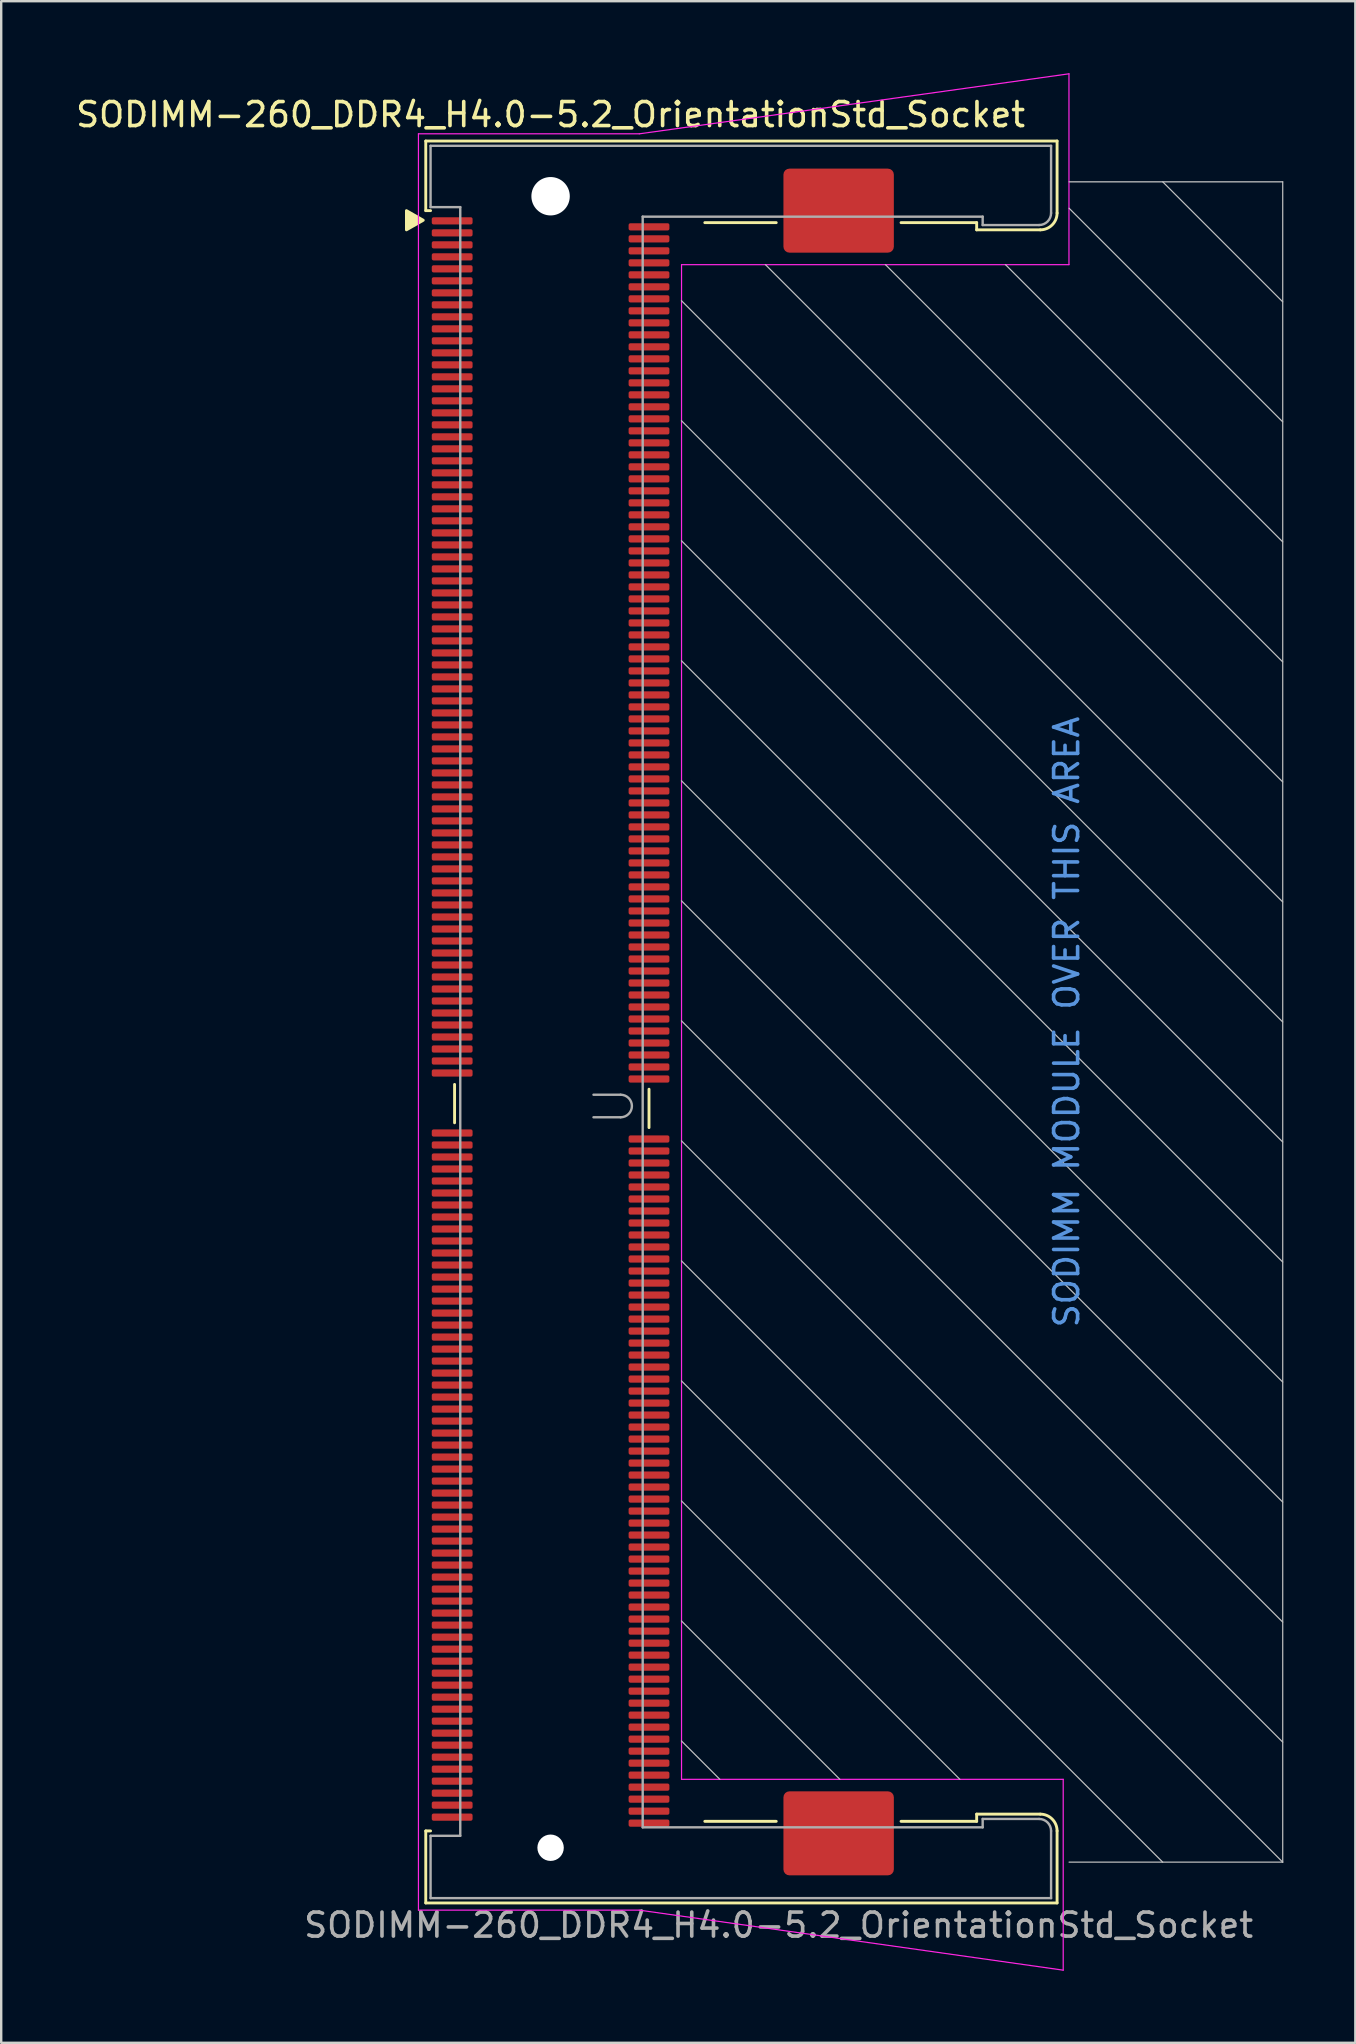
<source format=kicad_pcb>
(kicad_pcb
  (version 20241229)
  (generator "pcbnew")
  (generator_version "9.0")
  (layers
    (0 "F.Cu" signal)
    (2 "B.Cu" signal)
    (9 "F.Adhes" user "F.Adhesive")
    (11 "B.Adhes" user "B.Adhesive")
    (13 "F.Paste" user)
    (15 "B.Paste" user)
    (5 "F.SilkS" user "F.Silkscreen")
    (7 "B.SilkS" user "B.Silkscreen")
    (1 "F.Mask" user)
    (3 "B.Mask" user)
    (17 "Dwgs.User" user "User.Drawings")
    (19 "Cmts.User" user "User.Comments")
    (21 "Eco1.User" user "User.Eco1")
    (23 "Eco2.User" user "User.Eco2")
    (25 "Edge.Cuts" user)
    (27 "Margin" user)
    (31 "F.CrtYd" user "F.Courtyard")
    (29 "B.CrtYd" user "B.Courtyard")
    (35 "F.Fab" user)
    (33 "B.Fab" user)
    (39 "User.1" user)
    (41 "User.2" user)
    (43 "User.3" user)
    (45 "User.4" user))
  (footprint "SODIMM-260_DDR4_H4.0-5.2_OrientationStd_Socket"
    (layer "F.Cu")
    (at 27.812 39.525)
    (property "Reference" "SODIMM-260_DDR4_H4.0-5.2_OrientationStd_Socket" (at -7.925 -37.8 0) (layer "F.SilkS") (effects (font (size 1 1) (thickness 0.15))))
    (attr smd)
    (fp_line (start -13.125 -36.7) (end -13.125 -33.8) (stroke (width 0.12) (type solid)) (layer "F.SilkS"))
    (fp_line (start -13.125 -36.7) (end 13.175 -36.7) (stroke (width 0.12) (type solid)) (layer "F.SilkS"))
    (fp_line (start -13.125 33.7) (end -13.125 36.7) (stroke (width 0.12) (type solid)) (layer "F.SilkS"))
    (fp_line (start -13.125 36.7) (end 13.175 36.7) (stroke (width 0.12) (type solid)) (layer "F.SilkS"))
    (fp_line (start -12.925 -33.8) (end -13.125 -33.8) (stroke (width 0.12) (type solid)) (layer "F.SilkS"))
    (fp_line (start -12.925 33.7) (end -13.125 33.7) (stroke (width 0.12) (type solid)) (layer "F.SilkS"))
    (fp_line (start -11.925 2.6) (end -11.925 4.2) (stroke (width 0.12) (type solid)) (layer "F.SilkS"))
    (fp_line (start -3.825 2.8) (end -3.825 4.4) (stroke (width 0.12) (type solid)) (layer "F.SilkS"))
    (fp_line (start 1.475 -33.3) (end -1.5 -33.3) (stroke (width 0.12) (type solid)) (layer "F.SilkS"))
    (fp_line (start 1.475 33.3) (end -1.5 33.3) (stroke (width 0.12) (type solid)) (layer "F.SilkS"))
    (fp_line (start 6.675 -33.3) (end 9.825 -33.3) (stroke (width 0.12) (type solid)) (layer "F.SilkS"))
    (fp_line (start 6.675 33.3) (end 9.825 33.3) (stroke (width 0.12) (type solid)) (layer "F.SilkS"))
    (fp_line (start 9.825 -33.3) (end 9.825 -33) (stroke (width 0.12) (type default)) (layer "F.SilkS"))
    (fp_line (start 9.825 33) (end 9.825 33.3) (stroke (width 0.12) (type default)) (layer "F.SilkS"))
    (fp_line (start 9.825 33) (end 12.475 33) (stroke (width 0.12) (type solid)) (layer "F.SilkS"))
    (fp_line (start 12.475 -33) (end 9.825 -33) (stroke (width 0.12) (type solid)) (layer "F.SilkS"))
    (fp_line (start 13.175 -36.7) (end 13.175 -33.7) (stroke (width 0.12) (type solid)) (layer "F.SilkS"))
    (fp_line (start 13.175 36.7) (end 13.175 33.7) (stroke (width 0.12) (type solid)) (layer "F.SilkS"))
    (fp_arc (start 12.475 33) (mid 12.969975 33.205025) (end 13.175 33.7) (stroke (width 0.12) (type solid)) (layer "F.SilkS"))
    (fp_arc (start 13.175 -33.7) (mid 12.969975 -33.205025) (end 12.475 -33) (stroke (width 0.12) (type solid)) (layer "F.SilkS"))
    (fp_poly (pts (xy -13.93 -33) (xy -13.23 -33.4) (xy -13.93 -33.8)) (stroke (width 0.12) (type solid)) (fill yes) (layer "F.SilkS"))
    (fp_line (start -2.475 14.95) (end 17.575 35) (stroke (width 0.05) (type solid)) (layer "Dwgs.User"))
    (fp_line (start -2.475 19.95) (end 9.125 31.55) (stroke (width 0.05) (type solid)) (layer "Dwgs.User"))
    (fp_line (start -2.475 24.95) (end 4.125 31.55) (stroke (width 0.05) (type solid)) (layer "Dwgs.User"))
    (fp_line (start -2.475 29.95) (end -0.875 31.55) (stroke (width 0.05) (type solid)) (layer "Dwgs.User"))
    (fp_line (start 17.575 -35) (end 22.575 -30) (stroke (width 0.05) (type solid)) (layer "Dwgs.User"))
    (fp_line (start 22.575 -35) (end 13.675 -35) (stroke (width 0.05) (type solid)) (layer "Dwgs.User"))
    (fp_line (start 22.575 -35) (end 22.575 35) (stroke (width 0.05) (type solid)) (layer "Dwgs.User"))
    (fp_line (start 22.575 -25) (end 13.675 -33.9) (stroke (width 0.05) (type solid)) (layer "Dwgs.User"))
    (fp_line (start 22.575 -20) (end 11.025 -31.55) (stroke (width 0.05) (type solid)) (layer "Dwgs.User"))
    (fp_line (start 22.575 -15) (end 6.025 -31.55) (stroke (width 0.05) (type solid)) (layer "Dwgs.User"))
    (fp_line (start 22.575 -10) (end 1.025 -31.55) (stroke (width 0.05) (type solid)) (layer "Dwgs.User"))
    (fp_line (start 22.575 -5) (end -2.475 -30.05) (stroke (width 0.05) (type solid)) (layer "Dwgs.User"))
    (fp_line (start 22.575 0) (end -2.475 -25.05) (stroke (width 0.05) (type solid)) (layer "Dwgs.User"))
    (fp_line (start 22.575 5) (end -2.475 -20.05) (stroke (width 0.05) (type solid)) (layer "Dwgs.User"))
    (fp_line (start 22.575 10) (end -2.475 -15.05) (stroke (width 0.05) (type solid)) (layer "Dwgs.User"))
    (fp_line (start 22.575 15) (end -2.475 -10.05) (stroke (width 0.05) (type solid)) (layer "Dwgs.User"))
    (fp_line (start 22.575 20) (end -2.475 -5.05) (stroke (width 0.05) (type solid)) (layer "Dwgs.User"))
    (fp_line (start 22.575 25) (end -2.475 -0.05) (stroke (width 0.05) (type solid)) (layer "Dwgs.User"))
    (fp_line (start 22.575 30) (end -2.475 4.95) (stroke (width 0.05) (type solid)) (layer "Dwgs.User"))
    (fp_line (start 22.575 35) (end -2.475 9.95) (stroke (width 0.05) (type solid)) (layer "Dwgs.User"))
    (fp_line (start 22.575 35) (end 13.675 35) (stroke (width 0.05) (type solid)) (layer "Dwgs.User"))
    (fp_line (start -13.43 37) (end -13.43 -37) (stroke (width 0.05) (type solid)) (layer "F.CrtYd"))
    (fp_line (start -4.23 -37) (end -13.43 -37) (stroke (width 0.05) (type solid)) (layer "F.CrtYd"))
    (fp_line (start -4.23 -37) (end 13.67 -39.5) (stroke (width 0.05) (type solid)) (layer "F.CrtYd"))
    (fp_line (start -4.23 37) (end -13.43 37) (stroke (width 0.05) (type solid)) (layer "F.CrtYd"))
    (fp_line (start -4.23 37) (end 13.43 39.5) (stroke (width 0.05) (type solid)) (layer "F.CrtYd"))
    (fp_line (start -2.47 -31.55) (end -2.47 31.55) (stroke (width 0.05) (type solid)) (layer "F.CrtYd"))
    (fp_line (start -2.47 -31.55) (end 13.67 -31.55) (stroke (width 0.05) (type solid)) (layer "F.CrtYd"))
    (fp_line (start -2.47 31.55) (end 13.43 31.55) (stroke (width 0.05) (type solid)) (layer "F.CrtYd"))
    (fp_line (start 13.43 31.55) (end 13.43 39.5) (stroke (width 0.05) (type solid)) (layer "F.CrtYd"))
    (fp_line (start 13.67 -39.5) (end 13.67 -31.55) (stroke (width 0.05) (type solid)) (layer "F.CrtYd"))
    (fp_line (start -12.925 -36.5) (end -12.925 -33.947) (stroke (width 0.1) (type solid)) (layer "F.Fab"))
    (fp_line (start -12.925 -33.947) (end -11.688 -33.947) (stroke (width 0.1) (type solid)) (layer "F.Fab"))
    (fp_line (start -12.925 33.903) (end -12.925 36.5) (stroke (width 0.1) (type solid)) (layer "F.Fab"))
    (fp_line (start -11.688 -33.947) (end -11.688 33.903) (stroke (width 0.1) (type solid)) (layer "F.Fab"))
    (fp_line (start -11.688 33.903) (end -12.925 33.903) (stroke (width 0.1) (type solid)) (layer "F.Fab"))
    (fp_line (start -6.138 3.03) (end -5.008 3.03) (stroke (width 0.1) (type solid)) (layer "F.Fab"))
    (fp_line (start -5.008 3.97) (end -6.138 3.97) (stroke (width 0.1) (type solid)) (layer "F.Fab"))
    (fp_line (start -4.088 33.55) (end -4.088 -33.55) (stroke (width 0.1) (type solid)) (layer "F.Fab"))
    (fp_line (start 10.075 -33.55) (end -4.088 -33.55) (stroke (width 0.1) (type solid)) (layer "F.Fab"))
    (fp_line (start 10.075 -33.55) (end 10.075 -33.2) (stroke (width 0.1) (type default)) (layer "F.Fab"))
    (fp_line (start 10.075 33.2) (end 10.075 33.55) (stroke (width 0.1) (type default)) (layer "F.Fab"))
    (fp_line (start 10.075 33.55) (end -4.088 33.55) (stroke (width 0.1) (type solid)) (layer "F.Fab"))
    (fp_line (start 12.425 -33.2) (end 10.075 -33.2) (stroke (width 0.1) (type solid)) (layer "F.Fab"))
    (fp_line (start 12.425 33.2) (end 10.075 33.2) (stroke (width 0.1) (type solid)) (layer "F.Fab"))
    (fp_line (start 12.925 -36.5) (end -12.925 -36.5) (stroke (width 0.1) (type solid)) (layer "F.Fab"))
    (fp_line (start 12.925 -33.7) (end 12.925 -36.5) (stroke (width 0.1) (type solid)) (layer "F.Fab"))
    (fp_line (start 12.925 33.7) (end 12.925 36.5) (stroke (width 0.1) (type solid)) (layer "F.Fab"))
    (fp_line (start 12.925 36.5) (end -12.925 36.5) (stroke (width 0.1) (type solid)) (layer "F.Fab"))
    (fp_arc (start -5.007503 3.03) (mid -4.537503 3.5) (end -5.007503 3.97) (stroke (width 0.1) (type solid)) (layer "F.Fab"))
    (fp_arc (start 12.425 33.2) (mid 12.778553 33.346447) (end 12.925 33.7) (stroke (width 0.1) (type solid)) (layer "F.Fab"))
    (fp_arc (start 12.925 -33.7) (mid 12.778553 -33.346447) (end 12.425 -33.2) (stroke (width 0.1) (type solid)) (layer "F.Fab"))
    (fp_text user "SODIMM MODULE OVER THIS AREA" (at 13.575 0 270) (layer "Cmts.User") (effects (font (size 1 1) (thickness 0.15))))
    (fp_text user "${REFERENCE}" (at 1.575 37.625 0) (layer "F.Fab") (effects (font (size 1 1) (thickness 0.15))))
    (pad "" np_thru_hole circle (at -7.925 -34.4 270) (size 1.6 1.6) (drill 1.6) (layers "*.Cu" "*.Mask"))
    (pad "" np_thru_hole circle (at -7.925 34.4 270) (size 1.1 1.1) (drill 1.1) (layers "*.Cu" "*.Mask"))
    (pad "1" smd roundrect (at -12.025 -33.375 270) (size 0.3 1.7) (layers "F.Cu" "F.Mask" "F.Paste") (roundrect_rratio 0.25))
    (pad "2" smd roundrect (at -3.825 -33.125 270) (size 0.3 1.7) (layers "F.Cu" "F.Mask" "F.Paste") (roundrect_rratio 0.25))
    (pad "3" smd roundrect (at -12.025 -32.875 270) (size 0.3 1.7) (layers "F.Cu" "F.Mask" "F.Paste") (roundrect_rratio 0.25))
    (pad "4" smd roundrect (at -3.825 -32.625 270) (size 0.3 1.7) (layers "F.Cu" "F.Mask" "F.Paste") (roundrect_rratio 0.25))
    (pad "5" smd roundrect (at -12.025 -32.375 270) (size 0.3 1.7) (layers "F.Cu" "F.Mask" "F.Paste") (roundrect_rratio 0.25))
    (pad "6" smd roundrect (at -3.825 -32.125 270) (size 0.3 1.7) (layers "F.Cu" "F.Mask" "F.Paste") (roundrect_rratio 0.25))
    (pad "7" smd roundrect (at -12.025 -31.875 270) (size 0.3 1.7) (layers "F.Cu" "F.Mask" "F.Paste") (roundrect_rratio 0.25))
    (pad "8" smd roundrect (at -3.825 -31.625 270) (size 0.3 1.7) (layers "F.Cu" "F.Mask" "F.Paste") (roundrect_rratio 0.25))
    (pad "9" smd roundrect (at -12.025 -31.375 270) (size 0.3 1.7) (layers "F.Cu" "F.Mask" "F.Paste") (roundrect_rratio 0.25))
    (pad "10" smd roundrect (at -3.825 -31.125 270) (size 0.3 1.7) (layers "F.Cu" "F.Mask" "F.Paste") (roundrect_rratio 0.25))
    (pad "11" smd roundrect (at -12.025 -30.875 270) (size 0.3 1.7) (layers "F.Cu" "F.Mask" "F.Paste") (roundrect_rratio 0.25))
    (pad "12" smd roundrect (at -3.825 -30.625 270) (size 0.3 1.7) (layers "F.Cu" "F.Mask" "F.Paste") (roundrect_rratio 0.25))
    (pad "13" smd roundrect (at -12.025 -30.375 270) (size 0.3 1.7) (layers "F.Cu" "F.Mask" "F.Paste") (roundrect_rratio 0.25))
    (pad "14" smd roundrect (at -3.825 -30.125 270) (size 0.3 1.7) (layers "F.Cu" "F.Mask" "F.Paste") (roundrect_rratio 0.25))
    (pad "15" smd roundrect (at -12.025 -29.875 270) (size 0.3 1.7) (layers "F.Cu" "F.Mask" "F.Paste") (roundrect_rratio 0.25))
    (pad "16" smd roundrect (at -3.825 -29.625 270) (size 0.3 1.7) (layers "F.Cu" "F.Mask" "F.Paste") (roundrect_rratio 0.25))
    (pad "17" smd roundrect (at -12.025 -29.375 270) (size 0.3 1.7) (layers "F.Cu" "F.Mask" "F.Paste") (roundrect_rratio 0.25))
    (pad "18" smd roundrect (at -3.825 -29.125 270) (size 0.3 1.7) (layers "F.Cu" "F.Mask" "F.Paste") (roundrect_rratio 0.25))
    (pad "19" smd roundrect (at -12.025 -28.875 270) (size 0.3 1.7) (layers "F.Cu" "F.Mask" "F.Paste") (roundrect_rratio 0.25))
    (pad "20" smd roundrect (at -3.825 -28.625 270) (size 0.3 1.7) (layers "F.Cu" "F.Mask" "F.Paste") (roundrect_rratio 0.25))
    (pad "21" smd roundrect (at -12.025 -28.375 270) (size 0.3 1.7) (layers "F.Cu" "F.Mask" "F.Paste") (roundrect_rratio 0.25))
    (pad "22" smd roundrect (at -3.825 -28.125 270) (size 0.3 1.7) (layers "F.Cu" "F.Mask" "F.Paste") (roundrect_rratio 0.25))
    (pad "23" smd roundrect (at -12.025 -27.875 270) (size 0.3 1.7) (layers "F.Cu" "F.Mask" "F.Paste") (roundrect_rratio 0.25))
    (pad "24" smd roundrect (at -3.825 -27.625 270) (size 0.3 1.7) (layers "F.Cu" "F.Mask" "F.Paste") (roundrect_rratio 0.25))
    (pad "25" smd roundrect (at -12.025 -27.375 270) (size 0.3 1.7) (layers "F.Cu" "F.Mask" "F.Paste") (roundrect_rratio 0.25))
    (pad "26" smd roundrect (at -3.825 -27.125 270) (size 0.3 1.7) (layers "F.Cu" "F.Mask" "F.Paste") (roundrect_rratio 0.25))
    (pad "27" smd roundrect (at -12.025 -26.875 270) (size 0.3 1.7) (layers "F.Cu" "F.Mask" "F.Paste") (roundrect_rratio 0.25))
    (pad "28" smd roundrect (at -3.825 -26.625 270) (size 0.3 1.7) (layers "F.Cu" "F.Mask" "F.Paste") (roundrect_rratio 0.25))
    (pad "29" smd roundrect (at -12.025 -26.375 270) (size 0.3 1.7) (layers "F.Cu" "F.Mask" "F.Paste") (roundrect_rratio 0.25))
    (pad "30" smd roundrect (at -3.825 -26.125 270) (size 0.3 1.7) (layers "F.Cu" "F.Mask" "F.Paste") (roundrect_rratio 0.25))
    (pad "31" smd roundrect (at -12.025 -25.875 270) (size 0.3 1.7) (layers "F.Cu" "F.Mask" "F.Paste") (roundrect_rratio 0.25))
    (pad "32" smd roundrect (at -3.825 -25.625 270) (size 0.3 1.7) (layers "F.Cu" "F.Mask" "F.Paste") (roundrect_rratio 0.25))
    (pad "33" smd roundrect (at -12.025 -25.375 270) (size 0.3 1.7) (layers "F.Cu" "F.Mask" "F.Paste") (roundrect_rratio 0.25))
    (pad "34" smd roundrect (at -3.825 -25.125 270) (size 0.3 1.7) (layers "F.Cu" "F.Mask" "F.Paste") (roundrect_rratio 0.25))
    (pad "35" smd roundrect (at -12.025 -24.875 270) (size 0.3 1.7) (layers "F.Cu" "F.Mask" "F.Paste") (roundrect_rratio 0.25))
    (pad "36" smd roundrect (at -3.825 -24.625 270) (size 0.3 1.7) (layers "F.Cu" "F.Mask" "F.Paste") (roundrect_rratio 0.25))
    (pad "37" smd roundrect (at -12.025 -24.375 270) (size 0.3 1.7) (layers "F.Cu" "F.Mask" "F.Paste") (roundrect_rratio 0.25))
    (pad "38" smd roundrect (at -3.825 -24.125 270) (size 0.3 1.7) (layers "F.Cu" "F.Mask" "F.Paste") (roundrect_rratio 0.25))
    (pad "39" smd roundrect (at -12.025 -23.875 270) (size 0.3 1.7) (layers "F.Cu" "F.Mask" "F.Paste") (roundrect_rratio 0.25))
    (pad "40" smd roundrect (at -3.825 -23.625 270) (size 0.3 1.7) (layers "F.Cu" "F.Mask" "F.Paste") (roundrect_rratio 0.25))
    (pad "41" smd roundrect (at -12.025 -23.375 270) (size 0.3 1.7) (layers "F.Cu" "F.Mask" "F.Paste") (roundrect_rratio 0.25))
    (pad "42" smd roundrect (at -3.825 -23.125 270) (size 0.3 1.7) (layers "F.Cu" "F.Mask" "F.Paste") (roundrect_rratio 0.25))
    (pad "43" smd roundrect (at -12.025 -22.875 270) (size 0.3 1.7) (layers "F.Cu" "F.Mask" "F.Paste") (roundrect_rratio 0.25))
    (pad "44" smd roundrect (at -3.825 -22.625 270) (size 0.3 1.7) (layers "F.Cu" "F.Mask" "F.Paste") (roundrect_rratio 0.25))
    (pad "45" smd roundrect (at -12.025 -22.375 270) (size 0.3 1.7) (layers "F.Cu" "F.Mask" "F.Paste") (roundrect_rratio 0.25))
    (pad "46" smd roundrect (at -3.825 -22.125 270) (size 0.3 1.7) (layers "F.Cu" "F.Mask" "F.Paste") (roundrect_rratio 0.25))
    (pad "47" smd roundrect (at -12.025 -21.875 270) (size 0.3 1.7) (layers "F.Cu" "F.Mask" "F.Paste") (roundrect_rratio 0.25))
    (pad "48" smd roundrect (at -3.825 -21.625 270) (size 0.3 1.7) (layers "F.Cu" "F.Mask" "F.Paste") (roundrect_rratio 0.25))
    (pad "49" smd roundrect (at -12.025 -21.375 270) (size 0.3 1.7) (layers "F.Cu" "F.Mask" "F.Paste") (roundrect_rratio 0.25))
    (pad "50" smd roundrect (at -3.825 -21.125 270) (size 0.3 1.7) (layers "F.Cu" "F.Mask" "F.Paste") (roundrect_rratio 0.25))
    (pad "51" smd roundrect (at -12.025 -20.875 270) (size 0.3 1.7) (layers "F.Cu" "F.Mask" "F.Paste") (roundrect_rratio 0.25))
    (pad "52" smd roundrect (at -3.825 -20.625 270) (size 0.3 1.7) (layers "F.Cu" "F.Mask" "F.Paste") (roundrect_rratio 0.25))
    (pad "53" smd roundrect (at -12.025 -20.375 270) (size 0.3 1.7) (layers "F.Cu" "F.Mask" "F.Paste") (roundrect_rratio 0.25))
    (pad "54" smd roundrect (at -3.825 -20.125 270) (size 0.3 1.7) (layers "F.Cu" "F.Mask" "F.Paste") (roundrect_rratio 0.25))
    (pad "55" smd roundrect (at -12.025 -19.875 270) (size 0.3 1.7) (layers "F.Cu" "F.Mask" "F.Paste") (roundrect_rratio 0.25))
    (pad "56" smd roundrect (at -3.825 -19.625 270) (size 0.3 1.7) (layers "F.Cu" "F.Mask" "F.Paste") (roundrect_rratio 0.25))
    (pad "57" smd roundrect (at -12.025 -19.375 270) (size 0.3 1.7) (layers "F.Cu" "F.Mask" "F.Paste") (roundrect_rratio 0.25))
    (pad "58" smd roundrect (at -3.825 -19.125 270) (size 0.3 1.7) (layers "F.Cu" "F.Mask" "F.Paste") (roundrect_rratio 0.25))
    (pad "59" smd roundrect (at -12.025 -18.875 270) (size 0.3 1.7) (layers "F.Cu" "F.Mask" "F.Paste") (roundrect_rratio 0.25))
    (pad "60" smd roundrect (at -3.825 -18.625 270) (size 0.3 1.7) (layers "F.Cu" "F.Mask" "F.Paste") (roundrect_rratio 0.25))
    (pad "61" smd roundrect (at -12.025 -18.375 270) (size 0.3 1.7) (layers "F.Cu" "F.Mask" "F.Paste") (roundrect_rratio 0.25))
    (pad "62" smd roundrect (at -3.825 -18.125 270) (size 0.3 1.7) (layers "F.Cu" "F.Mask" "F.Paste") (roundrect_rratio 0.25))
    (pad "63" smd roundrect (at -12.025 -17.875 270) (size 0.3 1.7) (layers "F.Cu" "F.Mask" "F.Paste") (roundrect_rratio 0.25))
    (pad "64" smd roundrect (at -3.825 -17.625 270) (size 0.3 1.7) (layers "F.Cu" "F.Mask" "F.Paste") (roundrect_rratio 0.25))
    (pad "65" smd roundrect (at -12.025 -17.375 270) (size 0.3 1.7) (layers "F.Cu" "F.Mask" "F.Paste") (roundrect_rratio 0.25))
    (pad "66" smd roundrect (at -3.825 -17.125 270) (size 0.3 1.7) (layers "F.Cu" "F.Mask" "F.Paste") (roundrect_rratio 0.25))
    (pad "67" smd roundrect (at -12.025 -16.875 270) (size 0.3 1.7) (layers "F.Cu" "F.Mask" "F.Paste") (roundrect_rratio 0.25))
    (pad "68" smd roundrect (at -3.825 -16.625 270) (size 0.3 1.7) (layers "F.Cu" "F.Mask" "F.Paste") (roundrect_rratio 0.25))
    (pad "69" smd roundrect (at -12.025 -16.375 270) (size 0.3 1.7) (layers "F.Cu" "F.Mask" "F.Paste") (roundrect_rratio 0.25))
    (pad "70" smd roundrect (at -3.825 -16.125 270) (size 0.3 1.7) (layers "F.Cu" "F.Mask" "F.Paste") (roundrect_rratio 0.25))
    (pad "71" smd roundrect (at -12.025 -15.875 270) (size 0.3 1.7) (layers "F.Cu" "F.Mask" "F.Paste") (roundrect_rratio 0.25))
    (pad "72" smd roundrect (at -3.825 -15.625 270) (size 0.3 1.7) (layers "F.Cu" "F.Mask" "F.Paste") (roundrect_rratio 0.25))
    (pad "73" smd roundrect (at -12.025 -15.375 270) (size 0.3 1.7) (layers "F.Cu" "F.Mask" "F.Paste") (roundrect_rratio 0.25))
    (pad "74" smd roundrect (at -3.825 -15.125 270) (size 0.3 1.7) (layers "F.Cu" "F.Mask" "F.Paste") (roundrect_rratio 0.25))
    (pad "75" smd roundrect (at -12.025 -14.875 270) (size 0.3 1.7) (layers "F.Cu" "F.Mask" "F.Paste") (roundrect_rratio 0.25))
    (pad "76" smd roundrect (at -3.825 -14.625 270) (size 0.3 1.7) (layers "F.Cu" "F.Mask" "F.Paste") (roundrect_rratio 0.25))
    (pad "77" smd roundrect (at -12.025 -14.375 270) (size 0.3 1.7) (layers "F.Cu" "F.Mask" "F.Paste") (roundrect_rratio 0.25))
    (pad "78" smd roundrect (at -3.825 -14.125 270) (size 0.3 1.7) (layers "F.Cu" "F.Mask" "F.Paste") (roundrect_rratio 0.25))
    (pad "79" smd roundrect (at -12.025 -13.875 270) (size 0.3 1.7) (layers "F.Cu" "F.Mask" "F.Paste") (roundrect_rratio 0.25))
    (pad "80" smd roundrect (at -3.825 -13.625 270) (size 0.3 1.7) (layers "F.Cu" "F.Mask" "F.Paste") (roundrect_rratio 0.25))
    (pad "81" smd roundrect (at -12.025 -13.375 270) (size 0.3 1.7) (layers "F.Cu" "F.Mask" "F.Paste") (roundrect_rratio 0.25))
    (pad "82" smd roundrect (at -3.825 -13.125 270) (size 0.3 1.7) (layers "F.Cu" "F.Mask" "F.Paste") (roundrect_rratio 0.25))
    (pad "83" smd roundrect (at -12.025 -12.875 270) (size 0.3 1.7) (layers "F.Cu" "F.Mask" "F.Paste") (roundrect_rratio 0.25))
    (pad "84" smd roundrect (at -3.825 -12.625 270) (size 0.3 1.7) (layers "F.Cu" "F.Mask" "F.Paste") (roundrect_rratio 0.25))
    (pad "85" smd roundrect (at -12.025 -12.375 270) (size 0.3 1.7) (layers "F.Cu" "F.Mask" "F.Paste") (roundrect_rratio 0.25))
    (pad "86" smd roundrect (at -3.825 -12.125 270) (size 0.3 1.7) (layers "F.Cu" "F.Mask" "F.Paste") (roundrect_rratio 0.25))
    (pad "87" smd roundrect (at -12.025 -11.875 270) (size 0.3 1.7) (layers "F.Cu" "F.Mask" "F.Paste") (roundrect_rratio 0.25))
    (pad "88" smd roundrect (at -3.825 -11.625 270) (size 0.3 1.7) (layers "F.Cu" "F.Mask" "F.Paste") (roundrect_rratio 0.25))
    (pad "89" smd roundrect (at -12.025 -11.375 270) (size 0.3 1.7) (layers "F.Cu" "F.Mask" "F.Paste") (roundrect_rratio 0.25))
    (pad "90" smd roundrect (at -3.825 -11.125 270) (size 0.3 1.7) (layers "F.Cu" "F.Mask" "F.Paste") (roundrect_rratio 0.25))
    (pad "91" smd roundrect (at -12.025 -10.875 270) (size 0.3 1.7) (layers "F.Cu" "F.Mask" "F.Paste") (roundrect_rratio 0.25))
    (pad "92" smd roundrect (at -3.825 -10.625 270) (size 0.3 1.7) (layers "F.Cu" "F.Mask" "F.Paste") (roundrect_rratio 0.25))
    (pad "93" smd roundrect (at -12.025 -10.375 270) (size 0.3 1.7) (layers "F.Cu" "F.Mask" "F.Paste") (roundrect_rratio 0.25))
    (pad "94" smd roundrect (at -3.825 -10.125 270) (size 0.3 1.7) (layers "F.Cu" "F.Mask" "F.Paste") (roundrect_rratio 0.25))
    (pad "95" smd roundrect (at -12.025 -9.875 270) (size 0.3 1.7) (layers "F.Cu" "F.Mask" "F.Paste") (roundrect_rratio 0.25))
    (pad "96" smd roundrect (at -3.825 -9.625 270) (size 0.3 1.7) (layers "F.Cu" "F.Mask" "F.Paste") (roundrect_rratio 0.25))
    (pad "97" smd roundrect (at -12.025 -9.375 270) (size 0.3 1.7) (layers "F.Cu" "F.Mask" "F.Paste") (roundrect_rratio 0.25))
    (pad "98" smd roundrect (at -3.825 -9.125 270) (size 0.3 1.7) (layers "F.Cu" "F.Mask" "F.Paste") (roundrect_rratio 0.25))
    (pad "99" smd roundrect (at -12.025 -8.875 270) (size 0.3 1.7) (layers "F.Cu" "F.Mask" "F.Paste") (roundrect_rratio 0.25))
    (pad "100" smd roundrect (at -3.825 -8.625 270) (size 0.3 1.7) (layers "F.Cu" "F.Mask" "F.Paste") (roundrect_rratio 0.25))
    (pad "101" smd roundrect (at -12.025 -8.375 270) (size 0.3 1.7) (layers "F.Cu" "F.Mask" "F.Paste") (roundrect_rratio 0.25))
    (pad "102" smd roundrect (at -3.825 -8.125 270) (size 0.3 1.7) (layers "F.Cu" "F.Mask" "F.Paste") (roundrect_rratio 0.25))
    (pad "103" smd roundrect (at -12.025 -7.875 270) (size 0.3 1.7) (layers "F.Cu" "F.Mask" "F.Paste") (roundrect_rratio 0.25))
    (pad "104" smd roundrect (at -3.825 -7.625 270) (size 0.3 1.7) (layers "F.Cu" "F.Mask" "F.Paste") (roundrect_rratio 0.25))
    (pad "105" smd roundrect (at -12.025 -7.375 270) (size 0.3 1.7) (layers "F.Cu" "F.Mask" "F.Paste") (roundrect_rratio 0.25))
    (pad "106" smd roundrect (at -3.825 -7.125 270) (size 0.3 1.7) (layers "F.Cu" "F.Mask" "F.Paste") (roundrect_rratio 0.25))
    (pad "107" smd roundrect (at -12.025 -6.875 270) (size 0.3 1.7) (layers "F.Cu" "F.Mask" "F.Paste") (roundrect_rratio 0.25))
    (pad "108" smd roundrect (at -3.825 -6.625 270) (size 0.3 1.7) (layers "F.Cu" "F.Mask" "F.Paste") (roundrect_rratio 0.25))
    (pad "109" smd roundrect (at -12.025 -6.375 270) (size 0.3 1.7) (layers "F.Cu" "F.Mask" "F.Paste") (roundrect_rratio 0.25))
    (pad "110" smd roundrect (at -3.825 -6.125 270) (size 0.3 1.7) (layers "F.Cu" "F.Mask" "F.Paste") (roundrect_rratio 0.25))
    (pad "111" smd roundrect (at -12.025 -5.875 270) (size 0.3 1.7) (layers "F.Cu" "F.Mask" "F.Paste") (roundrect_rratio 0.25))
    (pad "112" smd roundrect (at -3.825 -5.625 270) (size 0.3 1.7) (layers "F.Cu" "F.Mask" "F.Paste") (roundrect_rratio 0.25))
    (pad "113" smd roundrect (at -12.025 -5.375 270) (size 0.3 1.7) (layers "F.Cu" "F.Mask" "F.Paste") (roundrect_rratio 0.25))
    (pad "114" smd roundrect (at -3.825 -5.125 270) (size 0.3 1.7) (layers "F.Cu" "F.Mask" "F.Paste") (roundrect_rratio 0.25))
    (pad "115" smd roundrect (at -12.025 -4.875 270) (size 0.3 1.7) (layers "F.Cu" "F.Mask" "F.Paste") (roundrect_rratio 0.25))
    (pad "116" smd roundrect (at -3.825 -4.625 270) (size 0.3 1.7) (layers "F.Cu" "F.Mask" "F.Paste") (roundrect_rratio 0.25))
    (pad "117" smd roundrect (at -12.025 -4.375 270) (size 0.3 1.7) (layers "F.Cu" "F.Mask" "F.Paste") (roundrect_rratio 0.25))
    (pad "118" smd roundrect (at -3.825 -4.125 270) (size 0.3 1.7) (layers "F.Cu" "F.Mask" "F.Paste") (roundrect_rratio 0.25))
    (pad "119" smd roundrect (at -12.025 -3.875 270) (size 0.3 1.7) (layers "F.Cu" "F.Mask" "F.Paste") (roundrect_rratio 0.25))
    (pad "120" smd roundrect (at -3.825 -3.625 270) (size 0.3 1.7) (layers "F.Cu" "F.Mask" "F.Paste") (roundrect_rratio 0.25))
    (pad "121" smd roundrect (at -12.025 -3.375 270) (size 0.3 1.7) (layers "F.Cu" "F.Mask" "F.Paste") (roundrect_rratio 0.25))
    (pad "122" smd roundrect (at -3.825 -3.125 270) (size 0.3 1.7) (layers "F.Cu" "F.Mask" "F.Paste") (roundrect_rratio 0.25))
    (pad "123" smd roundrect (at -12.025 -2.875 270) (size 0.3 1.7) (layers "F.Cu" "F.Mask" "F.Paste") (roundrect_rratio 0.25))
    (pad "124" smd roundrect (at -3.825 -2.625 270) (size 0.3 1.7) (layers "F.Cu" "F.Mask" "F.Paste") (roundrect_rratio 0.25))
    (pad "125" smd roundrect (at -12.025 -2.375 270) (size 0.3 1.7) (layers "F.Cu" "F.Mask" "F.Paste") (roundrect_rratio 0.25))
    (pad "126" smd roundrect (at -3.825 -2.125 270) (size 0.3 1.7) (layers "F.Cu" "F.Mask" "F.Paste") (roundrect_rratio 0.25))
    (pad "127" smd roundrect (at -12.025 -1.875 270) (size 0.3 1.7) (layers "F.Cu" "F.Mask" "F.Paste") (roundrect_rratio 0.25))
    (pad "128" smd roundrect (at -3.825 -1.625 270) (size 0.3 1.7) (layers "F.Cu" "F.Mask" "F.Paste") (roundrect_rratio 0.25))
    (pad "129" smd roundrect (at -12.025 -1.375 270) (size 0.3 1.7) (layers "F.Cu" "F.Mask" "F.Paste") (roundrect_rratio 0.25))
    (pad "130" smd roundrect (at -3.825 -1.125 270) (size 0.3 1.7) (layers "F.Cu" "F.Mask" "F.Paste") (roundrect_rratio 0.25))
    (pad "131" smd roundrect (at -12.025 -0.875 270) (size 0.3 1.7) (layers "F.Cu" "F.Mask" "F.Paste") (roundrect_rratio 0.25))
    (pad "132" smd roundrect (at -3.825 -0.625 270) (size 0.3 1.7) (layers "F.Cu" "F.Mask" "F.Paste") (roundrect_rratio 0.25))
    (pad "133" smd roundrect (at -12.025 -0.375 270) (size 0.3 1.7) (layers "F.Cu" "F.Mask" "F.Paste") (roundrect_rratio 0.25))
    (pad "134" smd roundrect (at -3.825 -0.125 270) (size 0.3 1.7) (layers "F.Cu" "F.Mask" "F.Paste") (roundrect_rratio 0.25))
    (pad "135" smd roundrect (at -12.025 0.125 270) (size 0.3 1.7) (layers "F.Cu" "F.Mask" "F.Paste") (roundrect_rratio 0.25))
    (pad "136" smd roundrect (at -3.825 0.375 270) (size 0.3 1.7) (layers "F.Cu" "F.Mask" "F.Paste") (roundrect_rratio 0.25))
    (pad "137" smd roundrect (at -12.025 0.625 270) (size 0.3 1.7) (layers "F.Cu" "F.Mask" "F.Paste") (roundrect_rratio 0.25))
    (pad "138" smd roundrect (at -3.825 0.875 270) (size 0.3 1.7) (layers "F.Cu" "F.Mask" "F.Paste") (roundrect_rratio 0.25))
    (pad "139" smd roundrect (at -12.025 1.125 270) (size 0.3 1.7) (layers "F.Cu" "F.Mask" "F.Paste") (roundrect_rratio 0.25))
    (pad "140" smd roundrect (at -3.825 1.375 270) (size 0.3 1.7) (layers "F.Cu" "F.Mask" "F.Paste") (roundrect_rratio 0.25))
    (pad "141" smd roundrect (at -12.025 1.625 270) (size 0.3 1.7) (layers "F.Cu" "F.Mask" "F.Paste") (roundrect_rratio 0.25))
    (pad "142" smd roundrect (at -3.825 1.875 270) (size 0.3 1.7) (layers "F.Cu" "F.Mask" "F.Paste") (roundrect_rratio 0.25))
    (pad "143" smd roundrect (at -12.025 2.125 270) (size 0.3 1.7) (layers "F.Cu" "F.Mask" "F.Paste") (roundrect_rratio 0.25))
    (pad "144" smd roundrect (at -3.825 2.375 270) (size 0.3 1.7) (layers "F.Cu" "F.Mask" "F.Paste") (roundrect_rratio 0.25))
    (pad "145" smd roundrect (at -12.025 4.625 270) (size 0.3 1.7) (layers "F.Cu" "F.Mask" "F.Paste") (roundrect_rratio 0.25))
    (pad "146" smd roundrect (at -3.825 4.875 270) (size 0.3 1.7) (layers "F.Cu" "F.Mask" "F.Paste") (roundrect_rratio 0.25))
    (pad "147" smd roundrect (at -12.025 5.125 270) (size 0.3 1.7) (layers "F.Cu" "F.Mask" "F.Paste") (roundrect_rratio 0.25))
    (pad "148" smd roundrect (at -3.825 5.375 270) (size 0.3 1.7) (layers "F.Cu" "F.Mask" "F.Paste") (roundrect_rratio 0.25))
    (pad "149" smd roundrect (at -12.025 5.625 270) (size 0.3 1.7) (layers "F.Cu" "F.Mask" "F.Paste") (roundrect_rratio 0.25))
    (pad "150" smd roundrect (at -3.825 5.875 270) (size 0.3 1.7) (layers "F.Cu" "F.Mask" "F.Paste") (roundrect_rratio 0.25))
    (pad "151" smd roundrect (at -12.025 6.125 270) (size 0.3 1.7) (layers "F.Cu" "F.Mask" "F.Paste") (roundrect_rratio 0.25))
    (pad "152" smd roundrect (at -3.825 6.375 270) (size 0.3 1.7) (layers "F.Cu" "F.Mask" "F.Paste") (roundrect_rratio 0.25))
    (pad "153" smd roundrect (at -12.025 6.625 270) (size 0.3 1.7) (layers "F.Cu" "F.Mask" "F.Paste") (roundrect_rratio 0.25))
    (pad "154" smd roundrect (at -3.825 6.875 270) (size 0.3 1.7) (layers "F.Cu" "F.Mask" "F.Paste") (roundrect_rratio 0.25))
    (pad "155" smd roundrect (at -12.025 7.125 270) (size 0.3 1.7) (layers "F.Cu" "F.Mask" "F.Paste") (roundrect_rratio 0.25))
    (pad "156" smd roundrect (at -3.825 7.375 270) (size 0.3 1.7) (layers "F.Cu" "F.Mask" "F.Paste") (roundrect_rratio 0.25))
    (pad "157" smd roundrect (at -12.025 7.625 270) (size 0.3 1.7) (layers "F.Cu" "F.Mask" "F.Paste") (roundrect_rratio 0.25))
    (pad "158" smd roundrect (at -3.825 7.875 270) (size 0.3 1.7) (layers "F.Cu" "F.Mask" "F.Paste") (roundrect_rratio 0.25))
    (pad "159" smd roundrect (at -12.025 8.125 270) (size 0.3 1.7) (layers "F.Cu" "F.Mask" "F.Paste") (roundrect_rratio 0.25))
    (pad "160" smd roundrect (at -3.825 8.375 270) (size 0.3 1.7) (layers "F.Cu" "F.Mask" "F.Paste") (roundrect_rratio 0.25))
    (pad "161" smd roundrect (at -12.025 8.625 270) (size 0.3 1.7) (layers "F.Cu" "F.Mask" "F.Paste") (roundrect_rratio 0.25))
    (pad "162" smd roundrect (at -3.825 8.875 270) (size 0.3 1.7) (layers "F.Cu" "F.Mask" "F.Paste") (roundrect_rratio 0.25))
    (pad "163" smd roundrect (at -12.025 9.125 270) (size 0.3 1.7) (layers "F.Cu" "F.Mask" "F.Paste") (roundrect_rratio 0.25))
    (pad "164" smd roundrect (at -3.825 9.375 270) (size 0.3 1.7) (layers "F.Cu" "F.Mask" "F.Paste") (roundrect_rratio 0.25))
    (pad "165" smd roundrect (at -12.025 9.625 270) (size 0.3 1.7) (layers "F.Cu" "F.Mask" "F.Paste") (roundrect_rratio 0.25))
    (pad "166" smd roundrect (at -3.825 9.875 270) (size 0.3 1.7) (layers "F.Cu" "F.Mask" "F.Paste") (roundrect_rratio 0.25))
    (pad "167" smd roundrect (at -12.025 10.125 270) (size 0.3 1.7) (layers "F.Cu" "F.Mask" "F.Paste") (roundrect_rratio 0.25))
    (pad "168" smd roundrect (at -3.825 10.375 270) (size 0.3 1.7) (layers "F.Cu" "F.Mask" "F.Paste") (roundrect_rratio 0.25))
    (pad "169" smd roundrect (at -12.025 10.625 270) (size 0.3 1.7) (layers "F.Cu" "F.Mask" "F.Paste") (roundrect_rratio 0.25))
    (pad "170" smd roundrect (at -3.825 10.875 270) (size 0.3 1.7) (layers "F.Cu" "F.Mask" "F.Paste") (roundrect_rratio 0.25))
    (pad "171" smd roundrect (at -12.025 11.125 270) (size 0.3 1.7) (layers "F.Cu" "F.Mask" "F.Paste") (roundrect_rratio 0.25))
    (pad "172" smd roundrect (at -3.825 11.375 270) (size 0.3 1.7) (layers "F.Cu" "F.Mask" "F.Paste") (roundrect_rratio 0.25))
    (pad "173" smd roundrect (at -12.025 11.625 270) (size 0.3 1.7) (layers "F.Cu" "F.Mask" "F.Paste") (roundrect_rratio 0.25))
    (pad "174" smd roundrect (at -3.825 11.875 270) (size 0.3 1.7) (layers "F.Cu" "F.Mask" "F.Paste") (roundrect_rratio 0.25))
    (pad "175" smd roundrect (at -12.025 12.125 270) (size 0.3 1.7) (layers "F.Cu" "F.Mask" "F.Paste") (roundrect_rratio 0.25))
    (pad "176" smd roundrect (at -3.825 12.375 270) (size 0.3 1.7) (layers "F.Cu" "F.Mask" "F.Paste") (roundrect_rratio 0.25))
    (pad "177" smd roundrect (at -12.025 12.625 270) (size 0.3 1.7) (layers "F.Cu" "F.Mask" "F.Paste") (roundrect_rratio 0.25))
    (pad "178" smd roundrect (at -3.825 12.875 270) (size 0.3 1.7) (layers "F.Cu" "F.Mask" "F.Paste") (roundrect_rratio 0.25))
    (pad "179" smd roundrect (at -12.025 13.125 270) (size 0.3 1.7) (layers "F.Cu" "F.Mask" "F.Paste") (roundrect_rratio 0.25))
    (pad "180" smd roundrect (at -3.825 13.375 270) (size 0.3 1.7) (layers "F.Cu" "F.Mask" "F.Paste") (roundrect_rratio 0.25))
    (pad "181" smd roundrect (at -12.025 13.625 270) (size 0.3 1.7) (layers "F.Cu" "F.Mask" "F.Paste") (roundrect_rratio 0.25))
    (pad "182" smd roundrect (at -3.825 13.875 270) (size 0.3 1.7) (layers "F.Cu" "F.Mask" "F.Paste") (roundrect_rratio 0.25))
    (pad "183" smd roundrect (at -12.025 14.125 270) (size 0.3 1.7) (layers "F.Cu" "F.Mask" "F.Paste") (roundrect_rratio 0.25))
    (pad "184" smd roundrect (at -3.825 14.375 270) (size 0.3 1.7) (layers "F.Cu" "F.Mask" "F.Paste") (roundrect_rratio 0.25))
    (pad "185" smd roundrect (at -12.025 14.625 270) (size 0.3 1.7) (layers "F.Cu" "F.Mask" "F.Paste") (roundrect_rratio 0.25))
    (pad "186" smd roundrect (at -3.825 14.875 270) (size 0.3 1.7) (layers "F.Cu" "F.Mask" "F.Paste") (roundrect_rratio 0.25))
    (pad "187" smd roundrect (at -12.025 15.125 270) (size 0.3 1.7) (layers "F.Cu" "F.Mask" "F.Paste") (roundrect_rratio 0.25))
    (pad "188" smd roundrect (at -3.825 15.375 270) (size 0.3 1.7) (layers "F.Cu" "F.Mask" "F.Paste") (roundrect_rratio 0.25))
    (pad "189" smd roundrect (at -12.025 15.625 270) (size 0.3 1.7) (layers "F.Cu" "F.Mask" "F.Paste") (roundrect_rratio 0.25))
    (pad "190" smd roundrect (at -3.825 15.875 270) (size 0.3 1.7) (layers "F.Cu" "F.Mask" "F.Paste") (roundrect_rratio 0.25))
    (pad "191" smd roundrect (at -12.025 16.125 270) (size 0.3 1.7) (layers "F.Cu" "F.Mask" "F.Paste") (roundrect_rratio 0.25))
    (pad "192" smd roundrect (at -3.825 16.375 270) (size 0.3 1.7) (layers "F.Cu" "F.Mask" "F.Paste") (roundrect_rratio 0.25))
    (pad "193" smd roundrect (at -12.025 16.625 270) (size 0.3 1.7) (layers "F.Cu" "F.Mask" "F.Paste") (roundrect_rratio 0.25))
    (pad "194" smd roundrect (at -3.825 16.875 270) (size 0.3 1.7) (layers "F.Cu" "F.Mask" "F.Paste") (roundrect_rratio 0.25))
    (pad "195" smd roundrect (at -12.025 17.125 270) (size 0.3 1.7) (layers "F.Cu" "F.Mask" "F.Paste") (roundrect_rratio 0.25))
    (pad "196" smd roundrect (at -3.825 17.375 270) (size 0.3 1.7) (layers "F.Cu" "F.Mask" "F.Paste") (roundrect_rratio 0.25))
    (pad "197" smd roundrect (at -12.025 17.625 270) (size 0.3 1.7) (layers "F.Cu" "F.Mask" "F.Paste") (roundrect_rratio 0.25))
    (pad "198" smd roundrect (at -3.825 17.875 270) (size 0.3 1.7) (layers "F.Cu" "F.Mask" "F.Paste") (roundrect_rratio 0.25))
    (pad "199" smd roundrect (at -12.025 18.125 270) (size 0.3 1.7) (layers "F.Cu" "F.Mask" "F.Paste") (roundrect_rratio 0.25))
    (pad "200" smd roundrect (at -3.825 18.375 270) (size 0.3 1.7) (layers "F.Cu" "F.Mask" "F.Paste") (roundrect_rratio 0.25))
    (pad "201" smd roundrect (at -12.025 18.625 270) (size 0.3 1.7) (layers "F.Cu" "F.Mask" "F.Paste") (roundrect_rratio 0.25))
    (pad "202" smd roundrect (at -3.825 18.875 270) (size 0.3 1.7) (layers "F.Cu" "F.Mask" "F.Paste") (roundrect_rratio 0.25))
    (pad "203" smd roundrect (at -12.025 19.125 270) (size 0.3 1.7) (layers "F.Cu" "F.Mask" "F.Paste") (roundrect_rratio 0.25))
    (pad "204" smd roundrect (at -3.825 19.375 270) (size 0.3 1.7) (layers "F.Cu" "F.Mask" "F.Paste") (roundrect_rratio 0.25))
    (pad "205" smd roundrect (at -12.025 19.625 270) (size 0.3 1.7) (layers "F.Cu" "F.Mask" "F.Paste") (roundrect_rratio 0.25))
    (pad "206" smd roundrect (at -3.825 19.875 270) (size 0.3 1.7) (layers "F.Cu" "F.Mask" "F.Paste") (roundrect_rratio 0.25))
    (pad "207" smd roundrect (at -12.025 20.125 270) (size 0.3 1.7) (layers "F.Cu" "F.Mask" "F.Paste") (roundrect_rratio 0.25))
    (pad "208" smd roundrect (at -3.825 20.375 270) (size 0.3 1.7) (layers "F.Cu" "F.Mask" "F.Paste") (roundrect_rratio 0.25))
    (pad "209" smd roundrect (at -12.025 20.625 270) (size 0.3 1.7) (layers "F.Cu" "F.Mask" "F.Paste") (roundrect_rratio 0.25))
    (pad "210" smd roundrect (at -3.825 20.875 270) (size 0.3 1.7) (layers "F.Cu" "F.Mask" "F.Paste") (roundrect_rratio 0.25))
    (pad "211" smd roundrect (at -12.025 21.125 270) (size 0.3 1.7) (layers "F.Cu" "F.Mask" "F.Paste") (roundrect_rratio 0.25))
    (pad "212" smd roundrect (at -3.825 21.375 270) (size 0.3 1.7) (layers "F.Cu" "F.Mask" "F.Paste") (roundrect_rratio 0.25))
    (pad "213" smd roundrect (at -12.025 21.625 270) (size 0.3 1.7) (layers "F.Cu" "F.Mask" "F.Paste") (roundrect_rratio 0.25))
    (pad "214" smd roundrect (at -3.825 21.875 270) (size 0.3 1.7) (layers "F.Cu" "F.Mask" "F.Paste") (roundrect_rratio 0.25))
    (pad "215" smd roundrect (at -12.025 22.125 270) (size 0.3 1.7) (layers "F.Cu" "F.Mask" "F.Paste") (roundrect_rratio 0.25))
    (pad "216" smd roundrect (at -3.825 22.375 270) (size 0.3 1.7) (layers "F.Cu" "F.Mask" "F.Paste") (roundrect_rratio 0.25))
    (pad "217" smd roundrect (at -12.025 22.625 270) (size 0.3 1.7) (layers "F.Cu" "F.Mask" "F.Paste") (roundrect_rratio 0.25))
    (pad "218" smd roundrect (at -3.825 22.875 270) (size 0.3 1.7) (layers "F.Cu" "F.Mask" "F.Paste") (roundrect_rratio 0.25))
    (pad "219" smd roundrect (at -12.025 23.125 270) (size 0.3 1.7) (layers "F.Cu" "F.Mask" "F.Paste") (roundrect_rratio 0.25))
    (pad "220" smd roundrect (at -3.825 23.375 270) (size 0.3 1.7) (layers "F.Cu" "F.Mask" "F.Paste") (roundrect_rratio 0.25))
    (pad "221" smd roundrect (at -12.025 23.625 270) (size 0.3 1.7) (layers "F.Cu" "F.Mask" "F.Paste") (roundrect_rratio 0.25))
    (pad "222" smd roundrect (at -3.825 23.875 270) (size 0.3 1.7) (layers "F.Cu" "F.Mask" "F.Paste") (roundrect_rratio 0.25))
    (pad "223" smd roundrect (at -12.025 24.125 270) (size 0.3 1.7) (layers "F.Cu" "F.Mask" "F.Paste") (roundrect_rratio 0.25))
    (pad "224" smd roundrect (at -3.825 24.375 270) (size 0.3 1.7) (layers "F.Cu" "F.Mask" "F.Paste") (roundrect_rratio 0.25))
    (pad "225" smd roundrect (at -12.025 24.625 270) (size 0.3 1.7) (layers "F.Cu" "F.Mask" "F.Paste") (roundrect_rratio 0.25))
    (pad "226" smd roundrect (at -3.825 24.875 270) (size 0.3 1.7) (layers "F.Cu" "F.Mask" "F.Paste") (roundrect_rratio 0.25))
    (pad "227" smd roundrect (at -12.025 25.125 270) (size 0.3 1.7) (layers "F.Cu" "F.Mask" "F.Paste") (roundrect_rratio 0.25))
    (pad "228" smd roundrect (at -3.825 25.375 270) (size 0.3 1.7) (layers "F.Cu" "F.Mask" "F.Paste") (roundrect_rratio 0.25))
    (pad "229" smd roundrect (at -12.025 25.625 270) (size 0.3 1.7) (layers "F.Cu" "F.Mask" "F.Paste") (roundrect_rratio 0.25))
    (pad "230" smd roundrect (at -3.825 25.875 270) (size 0.3 1.7) (layers "F.Cu" "F.Mask" "F.Paste") (roundrect_rratio 0.25))
    (pad "231" smd roundrect (at -12.025 26.125 270) (size 0.3 1.7) (layers "F.Cu" "F.Mask" "F.Paste") (roundrect_rratio 0.25))
    (pad "232" smd roundrect (at -3.825 26.375 270) (size 0.3 1.7) (layers "F.Cu" "F.Mask" "F.Paste") (roundrect_rratio 0.25))
    (pad "233" smd roundrect (at -12.025 26.625 270) (size 0.3 1.7) (layers "F.Cu" "F.Mask" "F.Paste") (roundrect_rratio 0.25))
    (pad "234" smd roundrect (at -3.825 26.875 270) (size 0.3 1.7) (layers "F.Cu" "F.Mask" "F.Paste") (roundrect_rratio 0.25))
    (pad "235" smd roundrect (at -12.025 27.125 270) (size 0.3 1.7) (layers "F.Cu" "F.Mask" "F.Paste") (roundrect_rratio 0.25))
    (pad "236" smd roundrect (at -3.825 27.375 270) (size 0.3 1.7) (layers "F.Cu" "F.Mask" "F.Paste") (roundrect_rratio 0.25))
    (pad "237" smd roundrect (at -12.025 27.625 270) (size 0.3 1.7) (layers "F.Cu" "F.Mask" "F.Paste") (roundrect_rratio 0.25))
    (pad "238" smd roundrect (at -3.825 27.875 270) (size 0.3 1.7) (layers "F.Cu" "F.Mask" "F.Paste") (roundrect_rratio 0.25))
    (pad "239" smd roundrect (at -12.025 28.125 270) (size 0.3 1.7) (layers "F.Cu" "F.Mask" "F.Paste") (roundrect_rratio 0.25))
    (pad "240" smd roundrect (at -3.825 28.375 270) (size 0.3 1.7) (layers "F.Cu" "F.Mask" "F.Paste") (roundrect_rratio 0.25))
    (pad "241" smd roundrect (at -12.025 28.625 270) (size 0.3 1.7) (layers "F.Cu" "F.Mask" "F.Paste") (roundrect_rratio 0.25))
    (pad "242" smd roundrect (at -3.825 28.875 270) (size 0.3 1.7) (layers "F.Cu" "F.Mask" "F.Paste") (roundrect_rratio 0.25))
    (pad "243" smd roundrect (at -12.025 29.125 270) (size 0.3 1.7) (layers "F.Cu" "F.Mask" "F.Paste") (roundrect_rratio 0.25))
    (pad "244" smd roundrect (at -3.825 29.375 270) (size 0.3 1.7) (layers "F.Cu" "F.Mask" "F.Paste") (roundrect_rratio 0.25))
    (pad "245" smd roundrect (at -12.025 29.625 270) (size 0.3 1.7) (layers "F.Cu" "F.Mask" "F.Paste") (roundrect_rratio 0.25))
    (pad "246" smd roundrect (at -3.825 29.875 270) (size 0.3 1.7) (layers "F.Cu" "F.Mask" "F.Paste") (roundrect_rratio 0.25))
    (pad "247" smd roundrect (at -12.025 30.125 270) (size 0.3 1.7) (layers "F.Cu" "F.Mask" "F.Paste") (roundrect_rratio 0.25))
    (pad "248" smd roundrect (at -3.825 30.375 270) (size 0.3 1.7) (layers "F.Cu" "F.Mask" "F.Paste") (roundrect_rratio 0.25))
    (pad "249" smd roundrect (at -12.025 30.625 270) (size 0.3 1.7) (layers "F.Cu" "F.Mask" "F.Paste") (roundrect_rratio 0.25))
    (pad "250" smd roundrect (at -3.825 30.875 270) (size 0.3 1.7) (layers "F.Cu" "F.Mask" "F.Paste") (roundrect_rratio 0.25))
    (pad "251" smd roundrect (at -12.025 31.125 270) (size 0.3 1.7) (layers "F.Cu" "F.Mask" "F.Paste") (roundrect_rratio 0.25))
    (pad "252" smd roundrect (at -3.825 31.375 270) (size 0.3 1.7) (layers "F.Cu" "F.Mask" "F.Paste") (roundrect_rratio 0.25))
    (pad "253" smd roundrect (at -12.025 31.625 270) (size 0.3 1.7) (layers "F.Cu" "F.Mask" "F.Paste") (roundrect_rratio 0.25))
    (pad "254" smd roundrect (at -3.825 31.875 270) (size 0.3 1.7) (layers "F.Cu" "F.Mask" "F.Paste") (roundrect_rratio 0.25))
    (pad "255" smd roundrect (at -12.025 32.125 270) (size 0.3 1.7) (layers "F.Cu" "F.Mask" "F.Paste") (roundrect_rratio 0.25))
    (pad "256" smd roundrect (at -3.825 32.375 270) (size 0.3 1.7) (layers "F.Cu" "F.Mask" "F.Paste") (roundrect_rratio 0.25))
    (pad "257" smd roundrect (at -12.025 32.625 270) (size 0.3 1.7) (layers "F.Cu" "F.Mask" "F.Paste") (roundrect_rratio 0.25))
    (pad "258" smd roundrect (at -3.825 32.875 270) (size 0.3 1.7) (layers "F.Cu" "F.Mask" "F.Paste") (roundrect_rratio 0.25))
    (pad "259" smd roundrect (at -12.025 33.125 270) (size 0.3 1.7) (layers "F.Cu" "F.Mask" "F.Paste") (roundrect_rratio 0.25))
    (pad "260" smd roundrect (at -3.825 33.375 270) (size 0.3 1.7) (layers "F.Cu" "F.Mask" "F.Paste") (roundrect_rratio 0.25))
    (pad "MP" smd roundrect (at 4.075 -33.8 270) (size 3.5 4.6) (layers "F.Cu" "F.Mask" "F.Paste") (roundrect_rratio 0.071))
    (pad "MP" smd roundrect (at 4.075 33.8 270) (size 3.5 4.6) (layers "F.Cu" "F.Mask" "F.Paste") (roundrect_rratio 0.071)))
  (gr_rect
    (start -3 -3)
    (end 53.412 82.05)
    (stroke (width 0.1) (type default))
    (fill no)
    (layer "Edge.Cuts")))
</source>
